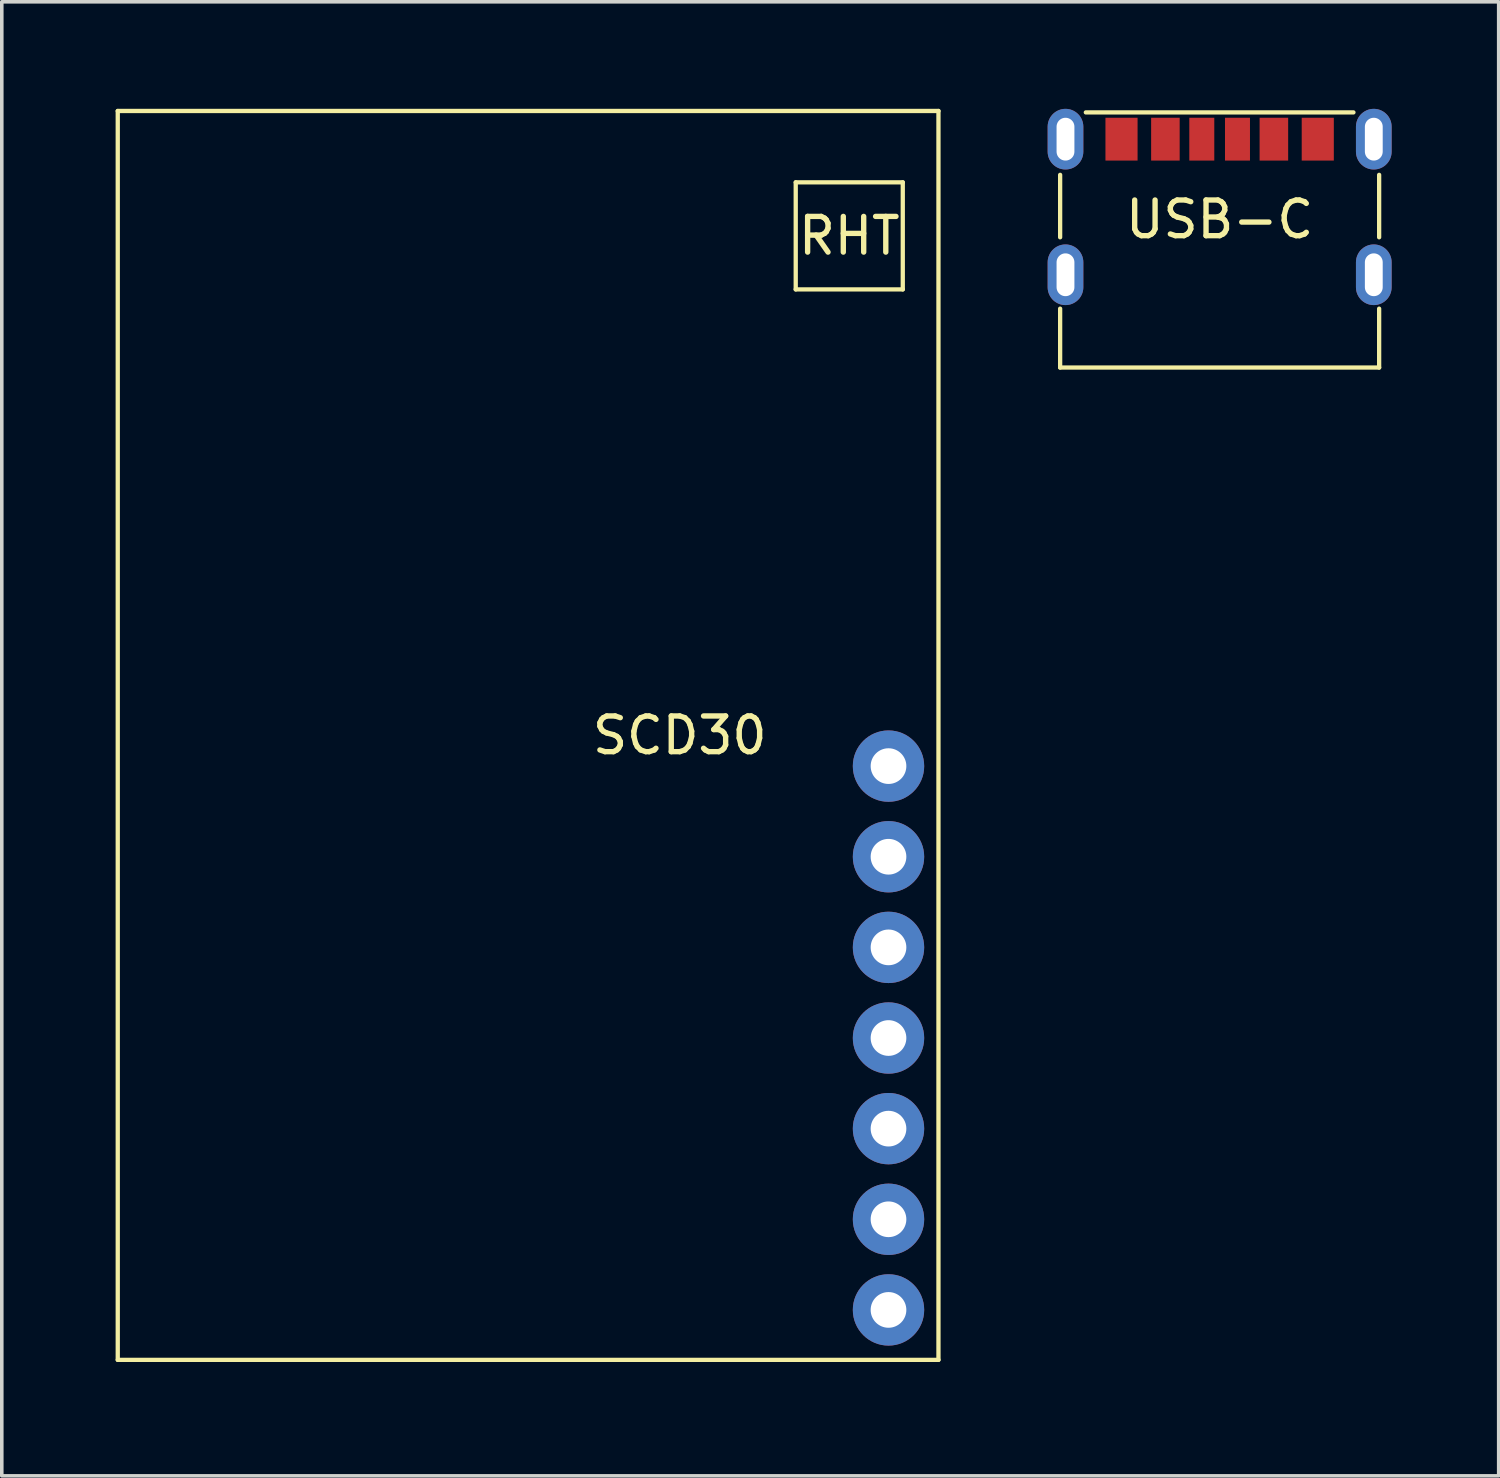
<source format=kicad_pcb>
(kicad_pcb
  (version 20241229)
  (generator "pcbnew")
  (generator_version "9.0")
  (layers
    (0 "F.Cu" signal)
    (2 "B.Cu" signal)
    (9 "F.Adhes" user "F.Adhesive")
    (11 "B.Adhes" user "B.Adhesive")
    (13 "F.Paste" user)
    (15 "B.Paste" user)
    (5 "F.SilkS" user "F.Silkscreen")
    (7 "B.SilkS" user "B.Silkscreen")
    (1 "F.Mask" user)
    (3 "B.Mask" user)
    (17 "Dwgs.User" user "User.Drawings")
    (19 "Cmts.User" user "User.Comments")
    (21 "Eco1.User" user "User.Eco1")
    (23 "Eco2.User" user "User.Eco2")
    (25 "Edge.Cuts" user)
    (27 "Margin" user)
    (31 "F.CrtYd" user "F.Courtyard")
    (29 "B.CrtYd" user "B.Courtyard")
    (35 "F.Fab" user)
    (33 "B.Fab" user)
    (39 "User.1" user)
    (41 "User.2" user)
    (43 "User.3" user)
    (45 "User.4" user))
  (footprint "USB-C"
    (layer "F.Cu")
    (at 31.13 0.85)
    (property "Reference" "USB-C" (at 0 2.25 0) (layer "F.SilkS") (effects (font (size 1 1) (thickness 0.15))))
    (attr through_hole)
    (fp_line (start -4.47 2.75) (end -4.47 1) (stroke (width 0.12) (type solid)) (layer "F.SilkS"))
    (fp_line (start -4.47 6.4) (end -4.47 4.75) (stroke (width 0.12) (type solid)) (layer "F.SilkS"))
    (fp_line (start -4.47 6.4) (end 4.47 6.4) (stroke (width 0.12) (type solid)) (layer "F.SilkS"))
    (fp_line (start -3.75 -0.75) (end 3.75 -0.75) (stroke (width 0.12) (type solid)) (layer "F.SilkS"))
    (fp_line (start 4.47 2.75) (end 4.47 1) (stroke (width 0.12) (type solid)) (layer "F.SilkS"))
    (fp_line (start 4.47 6.4) (end 4.47 4.75) (stroke (width 0.12) (type solid)) (layer "F.SilkS"))
    (pad "A1" smd rect (at -2.75 0) (size 0.9 1.2) (layers "F.Cu" "F.Mask" "F.Paste"))
    (pad "A1" smd rect (at 2.75 0) (size 0.9 1.2) (layers "F.Cu" "F.Mask" "F.Paste"))
    (pad "A4" smd rect (at -1.52 0) (size 0.8 1.2) (layers "F.Cu" "F.Mask" "F.Paste"))
    (pad "A4" smd rect (at 1.52 0) (size 0.8 1.2) (layers "F.Cu" "F.Mask" "F.Paste"))
    (pad "A5" smd rect (at -0.5 0) (size 0.7 1.2) (layers "F.Cu" "F.Mask" "F.Paste"))
    (pad "B5" smd rect (at 0.5 0) (size 0.7 1.2) (layers "F.Cu" "F.Mask" "F.Paste"))
    (pad "S1" thru_hole oval (at -4.32 0) (size 1 1.7) (drill oval 0.5 1.2) (layers "*.Cu" "*.Mask"))
    (pad "S1" thru_hole oval (at -4.32 3.8) (size 1 1.7) (drill oval 0.5 1.2) (layers "*.Cu" "*.Mask"))
    (pad "S1" thru_hole oval (at 4.32 0) (size 1 1.7) (drill oval 0.5 1.2) (layers "*.Cu" "*.Mask"))
    (pad "S1" thru_hole oval (at 4.32 3.8) (size 1 1.7) (drill oval 0.5 1.2) (layers "*.Cu" "*.Mask")))
  (footprint "SCD30"
    (layer "F.Cu")
    (at 0.25 35.06)
    (property "Reference" "SCD30" (at 15.75 -17.5 0) (layer "F.SilkS") (effects (font (size 1 1) (thickness 0.15))))
    (attr through_hole)
    (fp_line (start 0 -35) (end 0 0) (stroke (width 0.12) (type solid)) (layer "F.SilkS"))
    (fp_line (start 0 0) (end 23 0) (stroke (width 0.12) (type solid)) (layer "F.SilkS"))
    (fp_line (start 19 -33) (end 19 -30) (stroke (width 0.12) (type solid)) (layer "F.SilkS"))
    (fp_line (start 19 -30) (end 22 -30) (stroke (width 0.12) (type solid)) (layer "F.SilkS"))
    (fp_line (start 22 -33) (end 19 -33) (stroke (width 0.12) (type solid)) (layer "F.SilkS"))
    (fp_line (start 22 -30) (end 22 -33) (stroke (width 0.12) (type solid)) (layer "F.SilkS"))
    (fp_line (start 23 -35) (end 0 -35) (stroke (width 0.12) (type solid)) (layer "F.SilkS"))
    (fp_line (start 23 0) (end 23 -35) (stroke (width 0.12) (type solid)) (layer "F.SilkS"))
    (fp_text user "RHT" (at 20.5 -31.5 0) (layer "F.SilkS") (effects (font (size 1 1) (thickness 0.15))))
    (pad "1" thru_hole circle (at 21.6 -1.4) (size 2 2) (drill 1) (layers "*.Cu" "*.Mask"))
    (pad "2" thru_hole circle (at 21.6 -3.94) (size 2 2) (drill 1) (layers "*.Cu" "*.Mask"))
    (pad "3" thru_hole circle (at 21.6 -6.48) (size 2 2) (drill 1) (layers "*.Cu" "*.Mask"))
    (pad "4" thru_hole circle (at 21.6 -9.02) (size 2 2) (drill 1) (layers "*.Cu" "*.Mask"))
    (pad "5" thru_hole circle (at 21.6 -11.56) (size 2 2) (drill 1) (layers "*.Cu" "*.Mask"))
    (pad "6" thru_hole circle (at 21.6 -14.1) (size 2 2) (drill 1) (layers "*.Cu" "*.Mask"))
    (pad "7" thru_hole circle (at 21.6 -16.64) (size 2 2) (drill 1) (layers "*.Cu" "*.Mask")))
  (gr_rect
    (start -3 -3)
    (end 38.95 38.31)
    (stroke (width 0.1) (type default))
    (fill no)
    (layer "Edge.Cuts")))
</source>
